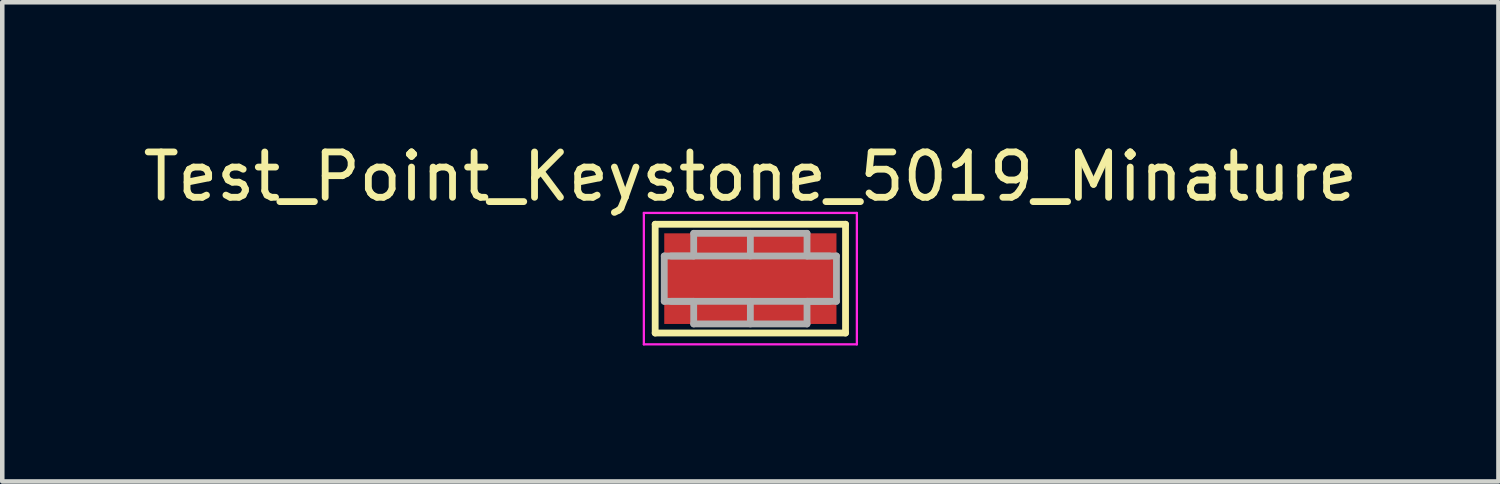
<source format=kicad_pcb>
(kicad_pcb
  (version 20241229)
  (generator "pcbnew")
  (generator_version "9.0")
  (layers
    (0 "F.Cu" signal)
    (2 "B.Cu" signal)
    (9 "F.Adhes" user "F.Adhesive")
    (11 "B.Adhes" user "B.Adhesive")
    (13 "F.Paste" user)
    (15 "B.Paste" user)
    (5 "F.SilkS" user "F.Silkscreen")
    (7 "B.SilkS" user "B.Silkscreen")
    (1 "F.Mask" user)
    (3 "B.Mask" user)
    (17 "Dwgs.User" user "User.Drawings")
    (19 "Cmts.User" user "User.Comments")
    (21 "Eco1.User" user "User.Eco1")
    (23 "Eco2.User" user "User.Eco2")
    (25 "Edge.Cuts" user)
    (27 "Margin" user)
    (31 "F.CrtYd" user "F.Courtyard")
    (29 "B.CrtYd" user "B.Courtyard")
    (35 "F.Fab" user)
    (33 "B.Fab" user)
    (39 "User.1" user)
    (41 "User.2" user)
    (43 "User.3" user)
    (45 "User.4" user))
  (footprint "Test_Point_Keystone_5019_Minature"
    (layer "F.Cu")
    (at 13.506 3.098)
    (property "Reference" "Test_Point_Keystone_5019_Minature" (at 0 -2.25 0) (layer "F.SilkS") (effects (font (size 1 1) (thickness 0.15))))
    (attr exclude_from_pos_files exclude_from_bom)
    (fp_line (start -2.1 -1.2) (end 2.1 -1.2) (stroke (width 0.15) (type solid)) (layer "F.SilkS"))
    (fp_line (start -2.1 1.2) (end -2.1 -1.2) (stroke (width 0.15) (type solid)) (layer "F.SilkS"))
    (fp_line (start 2.1 -1.2) (end 2.1 1.2) (stroke (width 0.15) (type solid)) (layer "F.SilkS"))
    (fp_line (start 2.1 1.2) (end -2.1 1.2) (stroke (width 0.15) (type solid)) (layer "F.SilkS"))
    (fp_line (start -2.35 -1.45) (end 2.35 -1.45) (stroke (width 0.05) (type solid)) (layer "F.CrtYd"))
    (fp_line (start -2.35 1.45) (end -2.35 -1.45) (stroke (width 0.05) (type solid)) (layer "F.CrtYd"))
    (fp_line (start 2.35 -1.45) (end 2.35 1.45) (stroke (width 0.05) (type solid)) (layer "F.CrtYd"))
    (fp_line (start 2.35 1.45) (end -2.35 1.45) (stroke (width 0.05) (type solid)) (layer "F.CrtYd"))
    (fp_line (start -1.9 -0.5) (end -1.9 0.5) (stroke (width 0.15) (type solid)) (layer "F.Fab"))
    (fp_line (start -1.9 -0.5) (end 1.9 -0.5) (stroke (width 0.15) (type solid)) (layer "F.Fab"))
    (fp_line (start -1.75 0.5) (end -1.25 0.5) (stroke (width 0.15) (type solid)) (layer "F.Fab"))
    (fp_line (start -1.25 -1) (end -1.25 -0.5) (stroke (width 0.15) (type solid)) (layer "F.Fab"))
    (fp_line (start -1.25 -0.5) (end -1.75 -0.5) (stroke (width 0.15) (type solid)) (layer "F.Fab"))
    (fp_line (start -1.25 0.5) (end -1.25 1) (stroke (width 0.15) (type solid)) (layer "F.Fab"))
    (fp_line (start -1.25 1) (end 1.25 1) (stroke (width 0.15) (type solid)) (layer "F.Fab"))
    (fp_line (start 0 -1) (end 0 -0.5) (stroke (width 0.15) (type solid)) (layer "F.Fab"))
    (fp_line (start 0 0.5) (end 0 1) (stroke (width 0.15) (type solid)) (layer "F.Fab"))
    (fp_line (start 1.25 -1) (end -1.25 -1) (stroke (width 0.15) (type solid)) (layer "F.Fab"))
    (fp_line (start 1.25 -0.5) (end 1.25 -1) (stroke (width 0.15) (type solid)) (layer "F.Fab"))
    (fp_line (start 1.25 0.5) (end 1.75 0.5) (stroke (width 0.15) (type solid)) (layer "F.Fab"))
    (fp_line (start 1.25 1) (end 1.25 0.5) (stroke (width 0.15) (type solid)) (layer "F.Fab"))
    (fp_line (start 1.75 -0.5) (end 1.25 -0.5) (stroke (width 0.15) (type solid)) (layer "F.Fab"))
    (fp_line (start 1.9 0.5) (end -1.9 0.5) (stroke (width 0.15) (type solid)) (layer "F.Fab"))
    (fp_line (start 1.9 0.5) (end 1.9 -0.5) (stroke (width 0.15) (type solid)) (layer "F.Fab"))
    (pad "1" smd rect (at 0 0) (size 3.8 2) (layers "F.Cu" "F.Mask" "F.Paste")))
  (gr_rect
    (start -3 -3)
    (end 30.012 7.573)
    (stroke (width 0.1) (type default))
    (fill no)
    (layer "Edge.Cuts")))
</source>
